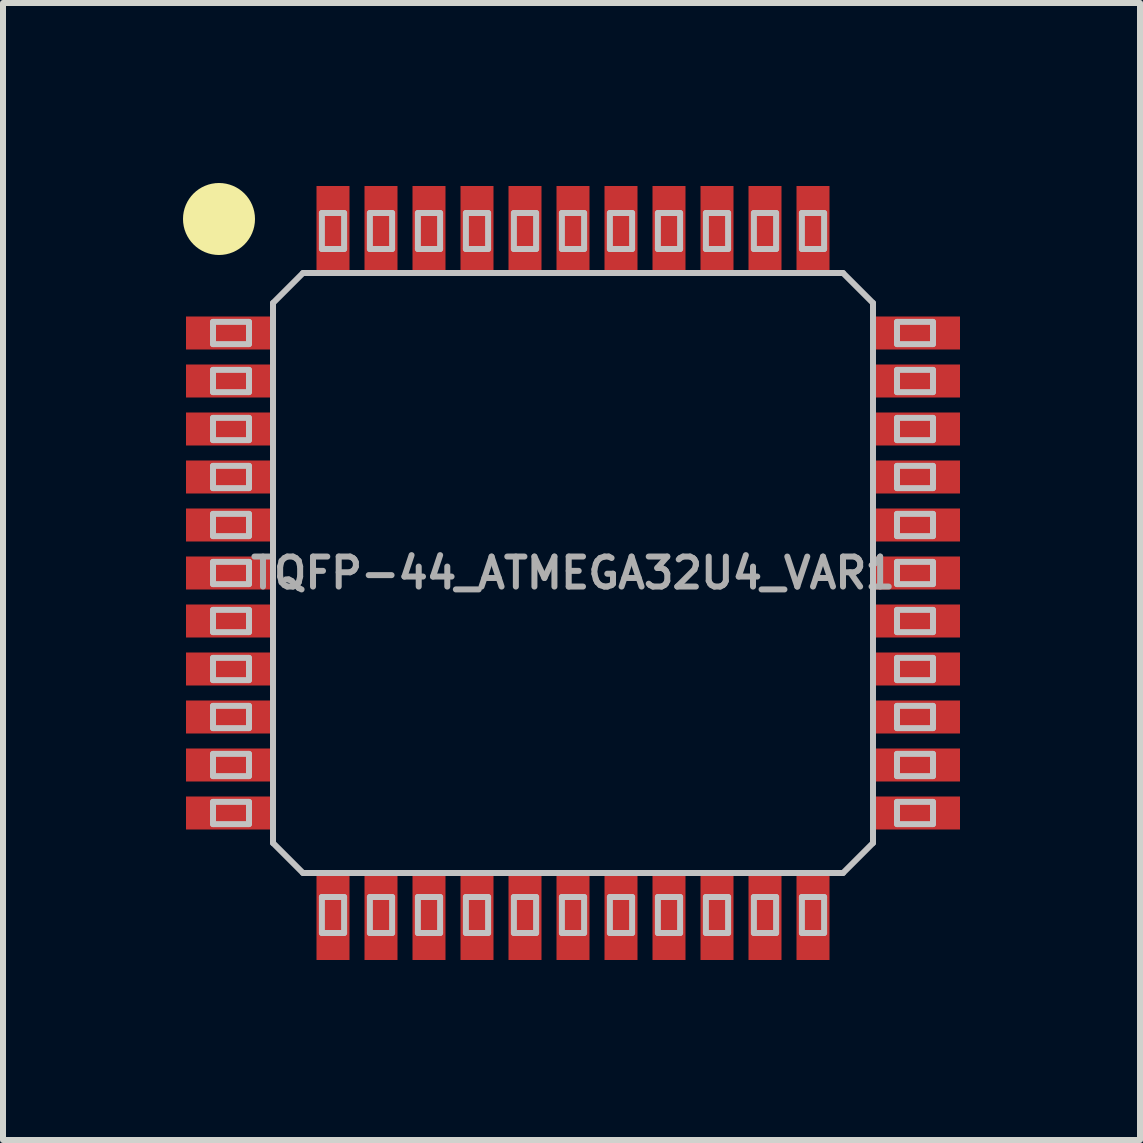
<source format=kicad_pcb>
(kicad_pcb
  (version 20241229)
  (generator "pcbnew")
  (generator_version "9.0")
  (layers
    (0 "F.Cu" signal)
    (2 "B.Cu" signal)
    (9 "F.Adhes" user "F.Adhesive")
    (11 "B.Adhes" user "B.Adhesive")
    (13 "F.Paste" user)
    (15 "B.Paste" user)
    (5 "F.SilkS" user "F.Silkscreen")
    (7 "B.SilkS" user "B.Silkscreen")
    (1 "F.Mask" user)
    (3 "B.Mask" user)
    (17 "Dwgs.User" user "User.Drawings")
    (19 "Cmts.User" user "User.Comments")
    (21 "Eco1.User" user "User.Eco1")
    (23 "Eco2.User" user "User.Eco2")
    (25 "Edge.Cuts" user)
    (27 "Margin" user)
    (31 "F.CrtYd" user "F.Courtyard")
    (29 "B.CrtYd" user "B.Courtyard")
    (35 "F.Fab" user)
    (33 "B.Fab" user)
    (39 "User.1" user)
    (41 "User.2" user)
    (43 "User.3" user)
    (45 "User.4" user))
  (footprint "TQFP-44_ATMEGA32U4_VAR1"
    (layer "F.Cu")
    (at 6.5 6.5)
    (property "Reference" "TQFP-44_ATMEGA32U4_VAR1" (at 0 0 0) (layer "F.Fab") (effects (font (size 0.5 0.5) (thickness 0.1))))
    (attr smd)
    (fp_circle (center -5.9 -5.9) (end -5.9 -5.6) (stroke (width 0.6) (type solid)) (fill no) (layer "F.SilkS"))
    (fp_line (start -6 -4.185) (end -5.4 -4.185) (stroke (width 0.1) (type solid)) (layer "Dwgs.User"))
    (fp_line (start -6 -3.815) (end -6 -4.185) (stroke (width 0.1) (type solid)) (layer "Dwgs.User"))
    (fp_line (start -6 -3.815) (end -5.4 -3.815) (stroke (width 0.1) (type solid)) (layer "Dwgs.User"))
    (fp_line (start -6 -3.385) (end -5.4 -3.385) (stroke (width 0.1) (type solid)) (layer "Dwgs.User"))
    (fp_line (start -6 -3.015) (end -6 -3.385) (stroke (width 0.1) (type solid)) (layer "Dwgs.User"))
    (fp_line (start -6 -3.015) (end -5.4 -3.015) (stroke (width 0.1) (type solid)) (layer "Dwgs.User"))
    (fp_line (start -6 -2.585) (end -5.4 -2.585) (stroke (width 0.1) (type solid)) (layer "Dwgs.User"))
    (fp_line (start -6 -2.215) (end -6 -2.585) (stroke (width 0.1) (type solid)) (layer "Dwgs.User"))
    (fp_line (start -6 -2.215) (end -5.4 -2.215) (stroke (width 0.1) (type solid)) (layer "Dwgs.User"))
    (fp_line (start -6 -1.785) (end -5.4 -1.785) (stroke (width 0.1) (type solid)) (layer "Dwgs.User"))
    (fp_line (start -6 -1.415) (end -6 -1.785) (stroke (width 0.1) (type solid)) (layer "Dwgs.User"))
    (fp_line (start -6 -1.415) (end -5.4 -1.415) (stroke (width 0.1) (type solid)) (layer "Dwgs.User"))
    (fp_line (start -6 -0.985) (end -5.4 -0.985) (stroke (width 0.1) (type solid)) (layer "Dwgs.User"))
    (fp_line (start -6 -0.615) (end -6 -0.985) (stroke (width 0.1) (type solid)) (layer "Dwgs.User"))
    (fp_line (start -6 -0.615) (end -5.4 -0.615) (stroke (width 0.1) (type solid)) (layer "Dwgs.User"))
    (fp_line (start -6 -0.185) (end -5.4 -0.185) (stroke (width 0.1) (type solid)) (layer "Dwgs.User"))
    (fp_line (start -6 0.185) (end -6 -0.185) (stroke (width 0.1) (type solid)) (layer "Dwgs.User"))
    (fp_line (start -6 0.185) (end -5.4 0.185) (stroke (width 0.1) (type solid)) (layer "Dwgs.User"))
    (fp_line (start -6 0.615) (end -5.4 0.615) (stroke (width 0.1) (type solid)) (layer "Dwgs.User"))
    (fp_line (start -6 0.985) (end -6 0.615) (stroke (width 0.1) (type solid)) (layer "Dwgs.User"))
    (fp_line (start -6 0.985) (end -5.4 0.985) (stroke (width 0.1) (type solid)) (layer "Dwgs.User"))
    (fp_line (start -6 1.415) (end -5.4 1.415) (stroke (width 0.1) (type solid)) (layer "Dwgs.User"))
    (fp_line (start -6 1.785) (end -6 1.415) (stroke (width 0.1) (type solid)) (layer "Dwgs.User"))
    (fp_line (start -6 1.785) (end -5.4 1.785) (stroke (width 0.1) (type solid)) (layer "Dwgs.User"))
    (fp_line (start -6 2.215) (end -5.4 2.215) (stroke (width 0.1) (type solid)) (layer "Dwgs.User"))
    (fp_line (start -6 2.585) (end -6 2.215) (stroke (width 0.1) (type solid)) (layer "Dwgs.User"))
    (fp_line (start -6 2.585) (end -5.4 2.585) (stroke (width 0.1) (type solid)) (layer "Dwgs.User"))
    (fp_line (start -6 3.015) (end -5.4 3.015) (stroke (width 0.1) (type solid)) (layer "Dwgs.User"))
    (fp_line (start -6 3.385) (end -6 3.015) (stroke (width 0.1) (type solid)) (layer "Dwgs.User"))
    (fp_line (start -6 3.385) (end -5.4 3.385) (stroke (width 0.1) (type solid)) (layer "Dwgs.User"))
    (fp_line (start -6 3.815) (end -5.4 3.815) (stroke (width 0.1) (type solid)) (layer "Dwgs.User"))
    (fp_line (start -6 4.185) (end -6 3.815) (stroke (width 0.1) (type solid)) (layer "Dwgs.User"))
    (fp_line (start -6 4.185) (end -5.4 4.185) (stroke (width 0.1) (type solid)) (layer "Dwgs.User"))
    (fp_line (start -5.4 -3.815) (end -5.4 -4.185) (stroke (width 0.1) (type solid)) (layer "Dwgs.User"))
    (fp_line (start -5.4 -3.015) (end -5.4 -3.385) (stroke (width 0.1) (type solid)) (layer "Dwgs.User"))
    (fp_line (start -5.4 -2.215) (end -5.4 -2.585) (stroke (width 0.1) (type solid)) (layer "Dwgs.User"))
    (fp_line (start -5.4 -1.415) (end -5.4 -1.785) (stroke (width 0.1) (type solid)) (layer "Dwgs.User"))
    (fp_line (start -5.4 -0.615) (end -5.4 -0.985) (stroke (width 0.1) (type solid)) (layer "Dwgs.User"))
    (fp_line (start -5.4 0.185) (end -5.4 -0.185) (stroke (width 0.1) (type solid)) (layer "Dwgs.User"))
    (fp_line (start -5.4 0.985) (end -5.4 0.615) (stroke (width 0.1) (type solid)) (layer "Dwgs.User"))
    (fp_line (start -5.4 1.785) (end -5.4 1.415) (stroke (width 0.1) (type solid)) (layer "Dwgs.User"))
    (fp_line (start -5.4 2.585) (end -5.4 2.215) (stroke (width 0.1) (type solid)) (layer "Dwgs.User"))
    (fp_line (start -5.4 3.385) (end -5.4 3.015) (stroke (width 0.1) (type solid)) (layer "Dwgs.User"))
    (fp_line (start -5.4 4.185) (end -5.4 3.815) (stroke (width 0.1) (type solid)) (layer "Dwgs.User"))
    (fp_line (start -5 -4.5) (end -5 4.5) (stroke (width 0.1) (type solid)) (layer "Dwgs.User"))
    (fp_line (start -5 -4.5) (end -4.5 -5) (stroke (width 0.1) (type solid)) (layer "Dwgs.User"))
    (fp_line (start -5 4.5) (end -4.5 5) (stroke (width 0.1) (type solid)) (layer "Dwgs.User"))
    (fp_line (start -4.5 -5) (end 4.5 -5) (stroke (width 0.1) (type solid)) (layer "Dwgs.User"))
    (fp_line (start -4.5 5) (end 4.5 5) (stroke (width 0.1) (type solid)) (layer "Dwgs.User"))
    (fp_line (start -4.185 -6) (end -4.185 -5.4) (stroke (width 0.1) (type solid)) (layer "Dwgs.User"))
    (fp_line (start -4.185 -6) (end -3.815 -6) (stroke (width 0.1) (type solid)) (layer "Dwgs.User"))
    (fp_line (start -4.185 -5.4) (end -3.815 -5.4) (stroke (width 0.1) (type solid)) (layer "Dwgs.User"))
    (fp_line (start -4.185 5.4) (end -4.185 6) (stroke (width 0.1) (type solid)) (layer "Dwgs.User"))
    (fp_line (start -4.185 5.4) (end -3.815 5.4) (stroke (width 0.1) (type solid)) (layer "Dwgs.User"))
    (fp_line (start -4.185 6) (end -3.815 6) (stroke (width 0.1) (type solid)) (layer "Dwgs.User"))
    (fp_line (start -3.815 -6) (end -3.815 -5.4) (stroke (width 0.1) (type solid)) (layer "Dwgs.User"))
    (fp_line (start -3.815 5.4) (end -3.815 6) (stroke (width 0.1) (type solid)) (layer "Dwgs.User"))
    (fp_line (start -3.385 -6) (end -3.385 -5.4) (stroke (width 0.1) (type solid)) (layer "Dwgs.User"))
    (fp_line (start -3.385 -6) (end -3.015 -6) (stroke (width 0.1) (type solid)) (layer "Dwgs.User"))
    (fp_line (start -3.385 -5.4) (end -3.015 -5.4) (stroke (width 0.1) (type solid)) (layer "Dwgs.User"))
    (fp_line (start -3.385 5.4) (end -3.385 6) (stroke (width 0.1) (type solid)) (layer "Dwgs.User"))
    (fp_line (start -3.385 5.4) (end -3.015 5.4) (stroke (width 0.1) (type solid)) (layer "Dwgs.User"))
    (fp_line (start -3.385 6) (end -3.015 6) (stroke (width 0.1) (type solid)) (layer "Dwgs.User"))
    (fp_line (start -3.015 -6) (end -3.015 -5.4) (stroke (width 0.1) (type solid)) (layer "Dwgs.User"))
    (fp_line (start -3.015 5.4) (end -3.015 6) (stroke (width 0.1) (type solid)) (layer "Dwgs.User"))
    (fp_line (start -2.585 -6) (end -2.585 -5.4) (stroke (width 0.1) (type solid)) (layer "Dwgs.User"))
    (fp_line (start -2.585 -6) (end -2.215 -6) (stroke (width 0.1) (type solid)) (layer "Dwgs.User"))
    (fp_line (start -2.585 -5.4) (end -2.215 -5.4) (stroke (width 0.1) (type solid)) (layer "Dwgs.User"))
    (fp_line (start -2.585 5.4) (end -2.585 6) (stroke (width 0.1) (type solid)) (layer "Dwgs.User"))
    (fp_line (start -2.585 5.4) (end -2.215 5.4) (stroke (width 0.1) (type solid)) (layer "Dwgs.User"))
    (fp_line (start -2.585 6) (end -2.215 6) (stroke (width 0.1) (type solid)) (layer "Dwgs.User"))
    (fp_line (start -2.215 -6) (end -2.215 -5.4) (stroke (width 0.1) (type solid)) (layer "Dwgs.User"))
    (fp_line (start -2.215 5.4) (end -2.215 6) (stroke (width 0.1) (type solid)) (layer "Dwgs.User"))
    (fp_line (start -1.785 -6) (end -1.785 -5.4) (stroke (width 0.1) (type solid)) (layer "Dwgs.User"))
    (fp_line (start -1.785 -6) (end -1.415 -6) (stroke (width 0.1) (type solid)) (layer "Dwgs.User"))
    (fp_line (start -1.785 -5.4) (end -1.415 -5.4) (stroke (width 0.1) (type solid)) (layer "Dwgs.User"))
    (fp_line (start -1.785 5.4) (end -1.785 6) (stroke (width 0.1) (type solid)) (layer "Dwgs.User"))
    (fp_line (start -1.785 5.4) (end -1.415 5.4) (stroke (width 0.1) (type solid)) (layer "Dwgs.User"))
    (fp_line (start -1.785 6) (end -1.415 6) (stroke (width 0.1) (type solid)) (layer "Dwgs.User"))
    (fp_line (start -1.415 -6) (end -1.415 -5.4) (stroke (width 0.1) (type solid)) (layer "Dwgs.User"))
    (fp_line (start -1.415 5.4) (end -1.415 6) (stroke (width 0.1) (type solid)) (layer "Dwgs.User"))
    (fp_line (start -0.985 -6) (end -0.985 -5.4) (stroke (width 0.1) (type solid)) (layer "Dwgs.User"))
    (fp_line (start -0.985 -6) (end -0.615 -6) (stroke (width 0.1) (type solid)) (layer "Dwgs.User"))
    (fp_line (start -0.985 -5.4) (end -0.615 -5.4) (stroke (width 0.1) (type solid)) (layer "Dwgs.User"))
    (fp_line (start -0.985 5.4) (end -0.985 6) (stroke (width 0.1) (type solid)) (layer "Dwgs.User"))
    (fp_line (start -0.985 5.4) (end -0.615 5.4) (stroke (width 0.1) (type solid)) (layer "Dwgs.User"))
    (fp_line (start -0.985 6) (end -0.615 6) (stroke (width 0.1) (type solid)) (layer "Dwgs.User"))
    (fp_line (start -0.615 -6) (end -0.615 -5.4) (stroke (width 0.1) (type solid)) (layer "Dwgs.User"))
    (fp_line (start -0.615 5.4) (end -0.615 6) (stroke (width 0.1) (type solid)) (layer "Dwgs.User"))
    (fp_line (start -0.185 -6) (end -0.185 -5.4) (stroke (width 0.1) (type solid)) (layer "Dwgs.User"))
    (fp_line (start -0.185 -6) (end 0.185 -6) (stroke (width 0.1) (type solid)) (layer "Dwgs.User"))
    (fp_line (start -0.185 -5.4) (end 0.185 -5.4) (stroke (width 0.1) (type solid)) (layer "Dwgs.User"))
    (fp_line (start -0.185 5.4) (end -0.185 6) (stroke (width 0.1) (type solid)) (layer "Dwgs.User"))
    (fp_line (start -0.185 5.4) (end 0.185 5.4) (stroke (width 0.1) (type solid)) (layer "Dwgs.User"))
    (fp_line (start -0.185 6) (end 0.185 6) (stroke (width 0.1) (type solid)) (layer "Dwgs.User"))
    (fp_line (start 0.185 -6) (end 0.185 -5.4) (stroke (width 0.1) (type solid)) (layer "Dwgs.User"))
    (fp_line (start 0.185 5.4) (end 0.185 6) (stroke (width 0.1) (type solid)) (layer "Dwgs.User"))
    (fp_line (start 0.615 -6) (end 0.615 -5.4) (stroke (width 0.1) (type solid)) (layer "Dwgs.User"))
    (fp_line (start 0.615 -6) (end 0.985 -6) (stroke (width 0.1) (type solid)) (layer "Dwgs.User"))
    (fp_line (start 0.615 -5.4) (end 0.985 -5.4) (stroke (width 0.1) (type solid)) (layer "Dwgs.User"))
    (fp_line (start 0.615 5.4) (end 0.615 6) (stroke (width 0.1) (type solid)) (layer "Dwgs.User"))
    (fp_line (start 0.615 5.4) (end 0.985 5.4) (stroke (width 0.1) (type solid)) (layer "Dwgs.User"))
    (fp_line (start 0.615 6) (end 0.985 6) (stroke (width 0.1) (type solid)) (layer "Dwgs.User"))
    (fp_line (start 0.985 -6) (end 0.985 -5.4) (stroke (width 0.1) (type solid)) (layer "Dwgs.User"))
    (fp_line (start 0.985 5.4) (end 0.985 6) (stroke (width 0.1) (type solid)) (layer "Dwgs.User"))
    (fp_line (start 1.415 -6) (end 1.415 -5.4) (stroke (width 0.1) (type solid)) (layer "Dwgs.User"))
    (fp_line (start 1.415 -6) (end 1.785 -6) (stroke (width 0.1) (type solid)) (layer "Dwgs.User"))
    (fp_line (start 1.415 -5.4) (end 1.785 -5.4) (stroke (width 0.1) (type solid)) (layer "Dwgs.User"))
    (fp_line (start 1.415 5.4) (end 1.415 6) (stroke (width 0.1) (type solid)) (layer "Dwgs.User"))
    (fp_line (start 1.415 5.4) (end 1.785 5.4) (stroke (width 0.1) (type solid)) (layer "Dwgs.User"))
    (fp_line (start 1.415 6) (end 1.785 6) (stroke (width 0.1) (type solid)) (layer "Dwgs.User"))
    (fp_line (start 1.785 -6) (end 1.785 -5.4) (stroke (width 0.1) (type solid)) (layer "Dwgs.User"))
    (fp_line (start 1.785 5.4) (end 1.785 6) (stroke (width 0.1) (type solid)) (layer "Dwgs.User"))
    (fp_line (start 2.215 -6) (end 2.215 -5.4) (stroke (width 0.1) (type solid)) (layer "Dwgs.User"))
    (fp_line (start 2.215 -6) (end 2.585 -6) (stroke (width 0.1) (type solid)) (layer "Dwgs.User"))
    (fp_line (start 2.215 -5.4) (end 2.585 -5.4) (stroke (width 0.1) (type solid)) (layer "Dwgs.User"))
    (fp_line (start 2.215 5.4) (end 2.215 6) (stroke (width 0.1) (type solid)) (layer "Dwgs.User"))
    (fp_line (start 2.215 5.4) (end 2.585 5.4) (stroke (width 0.1) (type solid)) (layer "Dwgs.User"))
    (fp_line (start 2.215 6) (end 2.585 6) (stroke (width 0.1) (type solid)) (layer "Dwgs.User"))
    (fp_line (start 2.585 -6) (end 2.585 -5.4) (stroke (width 0.1) (type solid)) (layer "Dwgs.User"))
    (fp_line (start 2.585 5.4) (end 2.585 6) (stroke (width 0.1) (type solid)) (layer "Dwgs.User"))
    (fp_line (start 3.015 -6) (end 3.015 -5.4) (stroke (width 0.1) (type solid)) (layer "Dwgs.User"))
    (fp_line (start 3.015 -6) (end 3.385 -6) (stroke (width 0.1) (type solid)) (layer "Dwgs.User"))
    (fp_line (start 3.015 -5.4) (end 3.385 -5.4) (stroke (width 0.1) (type solid)) (layer "Dwgs.User"))
    (fp_line (start 3.015 5.4) (end 3.015 6) (stroke (width 0.1) (type solid)) (layer "Dwgs.User"))
    (fp_line (start 3.015 5.4) (end 3.385 5.4) (stroke (width 0.1) (type solid)) (layer "Dwgs.User"))
    (fp_line (start 3.015 6) (end 3.385 6) (stroke (width 0.1) (type solid)) (layer "Dwgs.User"))
    (fp_line (start 3.385 -6) (end 3.385 -5.4) (stroke (width 0.1) (type solid)) (layer "Dwgs.User"))
    (fp_line (start 3.385 5.4) (end 3.385 6) (stroke (width 0.1) (type solid)) (layer "Dwgs.User"))
    (fp_line (start 3.815 -6) (end 3.815 -5.4) (stroke (width 0.1) (type solid)) (layer "Dwgs.User"))
    (fp_line (start 3.815 -6) (end 4.185 -6) (stroke (width 0.1) (type solid)) (layer "Dwgs.User"))
    (fp_line (start 3.815 -5.4) (end 4.185 -5.4) (stroke (width 0.1) (type solid)) (layer "Dwgs.User"))
    (fp_line (start 3.815 5.4) (end 3.815 6) (stroke (width 0.1) (type solid)) (layer "Dwgs.User"))
    (fp_line (start 3.815 5.4) (end 4.185 5.4) (stroke (width 0.1) (type solid)) (layer "Dwgs.User"))
    (fp_line (start 3.815 6) (end 4.185 6) (stroke (width 0.1) (type solid)) (layer "Dwgs.User"))
    (fp_line (start 4.185 -6) (end 4.185 -5.4) (stroke (width 0.1) (type solid)) (layer "Dwgs.User"))
    (fp_line (start 4.185 5.4) (end 4.185 6) (stroke (width 0.1) (type solid)) (layer "Dwgs.User"))
    (fp_line (start 5 -4.5) (end 4.5 -5) (stroke (width 0.1) (type solid)) (layer "Dwgs.User"))
    (fp_line (start 5 -4.5) (end 5 4.5) (stroke (width 0.1) (type solid)) (layer "Dwgs.User"))
    (fp_line (start 5 4.5) (end 4.5 5) (stroke (width 0.1) (type solid)) (layer "Dwgs.User"))
    (fp_line (start 5.4 -4.185) (end 6 -4.185) (stroke (width 0.1) (type solid)) (layer "Dwgs.User"))
    (fp_line (start 5.4 -3.815) (end 5.4 -4.185) (stroke (width 0.1) (type solid)) (layer "Dwgs.User"))
    (fp_line (start 5.4 -3.815) (end 6 -3.815) (stroke (width 0.1) (type solid)) (layer "Dwgs.User"))
    (fp_line (start 5.4 -3.385) (end 6 -3.385) (stroke (width 0.1) (type solid)) (layer "Dwgs.User"))
    (fp_line (start 5.4 -3.015) (end 5.4 -3.385) (stroke (width 0.1) (type solid)) (layer "Dwgs.User"))
    (fp_line (start 5.4 -3.015) (end 6 -3.015) (stroke (width 0.1) (type solid)) (layer "Dwgs.User"))
    (fp_line (start 5.4 -2.585) (end 6 -2.585) (stroke (width 0.1) (type solid)) (layer "Dwgs.User"))
    (fp_line (start 5.4 -2.215) (end 5.4 -2.585) (stroke (width 0.1) (type solid)) (layer "Dwgs.User"))
    (fp_line (start 5.4 -2.215) (end 6 -2.215) (stroke (width 0.1) (type solid)) (layer "Dwgs.User"))
    (fp_line (start 5.4 -1.785) (end 6 -1.785) (stroke (width 0.1) (type solid)) (layer "Dwgs.User"))
    (fp_line (start 5.4 -1.415) (end 5.4 -1.785) (stroke (width 0.1) (type solid)) (layer "Dwgs.User"))
    (fp_line (start 5.4 -1.415) (end 6 -1.415) (stroke (width 0.1) (type solid)) (layer "Dwgs.User"))
    (fp_line (start 5.4 -0.985) (end 6 -0.985) (stroke (width 0.1) (type solid)) (layer "Dwgs.User"))
    (fp_line (start 5.4 -0.615) (end 5.4 -0.985) (stroke (width 0.1) (type solid)) (layer "Dwgs.User"))
    (fp_line (start 5.4 -0.615) (end 6 -0.615) (stroke (width 0.1) (type solid)) (layer "Dwgs.User"))
    (fp_line (start 5.4 -0.185) (end 6 -0.185) (stroke (width 0.1) (type solid)) (layer "Dwgs.User"))
    (fp_line (start 5.4 0.185) (end 5.4 -0.185) (stroke (width 0.1) (type solid)) (layer "Dwgs.User"))
    (fp_line (start 5.4 0.185) (end 6 0.185) (stroke (width 0.1) (type solid)) (layer "Dwgs.User"))
    (fp_line (start 5.4 0.615) (end 6 0.615) (stroke (width 0.1) (type solid)) (layer "Dwgs.User"))
    (fp_line (start 5.4 0.985) (end 5.4 0.615) (stroke (width 0.1) (type solid)) (layer "Dwgs.User"))
    (fp_line (start 5.4 0.985) (end 6 0.985) (stroke (width 0.1) (type solid)) (layer "Dwgs.User"))
    (fp_line (start 5.4 1.415) (end 6 1.415) (stroke (width 0.1) (type solid)) (layer "Dwgs.User"))
    (fp_line (start 5.4 1.785) (end 5.4 1.415) (stroke (width 0.1) (type solid)) (layer "Dwgs.User"))
    (fp_line (start 5.4 1.785) (end 6 1.785) (stroke (width 0.1) (type solid)) (layer "Dwgs.User"))
    (fp_line (start 5.4 2.215) (end 6 2.215) (stroke (width 0.1) (type solid)) (layer "Dwgs.User"))
    (fp_line (start 5.4 2.585) (end 5.4 2.215) (stroke (width 0.1) (type solid)) (layer "Dwgs.User"))
    (fp_line (start 5.4 2.585) (end 6 2.585) (stroke (width 0.1) (type solid)) (layer "Dwgs.User"))
    (fp_line (start 5.4 3.015) (end 6 3.015) (stroke (width 0.1) (type solid)) (layer "Dwgs.User"))
    (fp_line (start 5.4 3.385) (end 5.4 3.015) (stroke (width 0.1) (type solid)) (layer "Dwgs.User"))
    (fp_line (start 5.4 3.385) (end 6 3.385) (stroke (width 0.1) (type solid)) (layer "Dwgs.User"))
    (fp_line (start 5.4 3.815) (end 6 3.815) (stroke (width 0.1) (type solid)) (layer "Dwgs.User"))
    (fp_line (start 5.4 4.185) (end 5.4 3.815) (stroke (width 0.1) (type solid)) (layer "Dwgs.User"))
    (fp_line (start 5.4 4.185) (end 6 4.185) (stroke (width 0.1) (type solid)) (layer "Dwgs.User"))
    (fp_line (start 6 -3.815) (end 6 -4.185) (stroke (width 0.1) (type solid)) (layer "Dwgs.User"))
    (fp_line (start 6 -3.015) (end 6 -3.385) (stroke (width 0.1) (type solid)) (layer "Dwgs.User"))
    (fp_line (start 6 -2.215) (end 6 -2.585) (stroke (width 0.1) (type solid)) (layer "Dwgs.User"))
    (fp_line (start 6 -1.415) (end 6 -1.785) (stroke (width 0.1) (type solid)) (layer "Dwgs.User"))
    (fp_line (start 6 -0.615) (end 6 -0.985) (stroke (width 0.1) (type solid)) (layer "Dwgs.User"))
    (fp_line (start 6 0.185) (end 6 -0.185) (stroke (width 0.1) (type solid)) (layer "Dwgs.User"))
    (fp_line (start 6 0.985) (end 6 0.615) (stroke (width 0.1) (type solid)) (layer "Dwgs.User"))
    (fp_line (start 6 1.785) (end 6 1.415) (stroke (width 0.1) (type solid)) (layer "Dwgs.User"))
    (fp_line (start 6 2.585) (end 6 2.215) (stroke (width 0.1) (type solid)) (layer "Dwgs.User"))
    (fp_line (start 6 3.385) (end 6 3.015) (stroke (width 0.1) (type solid)) (layer "Dwgs.User"))
    (fp_line (start 6 4.185) (end 6 3.815) (stroke (width 0.1) (type solid)) (layer "Dwgs.User"))
    (pad "1" smd rect (at -5.7 -4) (size 1.5 0.55) (layers "F.Cu" "F.Mask" "F.Paste"))
    (pad "2" smd rect (at -5.7 -3.2) (size 1.5 0.55) (layers "F.Cu" "F.Mask" "F.Paste"))
    (pad "3" smd rect (at -5.7 -2.4) (size 1.5 0.55) (layers "F.Cu" "F.Mask" "F.Paste"))
    (pad "4" smd rect (at -5.7 -1.6) (size 1.5 0.55) (layers "F.Cu" "F.Mask" "F.Paste"))
    (pad "5" smd rect (at -5.7 -0.8) (size 1.5 0.55) (layers "F.Cu" "F.Mask" "F.Paste"))
    (pad "6" smd rect (at -5.7 0) (size 1.5 0.55) (layers "F.Cu" "F.Mask" "F.Paste"))
    (pad "7" smd rect (at -5.7 0.8) (size 1.5 0.55) (layers "F.Cu" "F.Mask" "F.Paste"))
    (pad "8" smd rect (at -5.7 1.6) (size 1.5 0.55) (layers "F.Cu" "F.Mask" "F.Paste"))
    (pad "9" smd rect (at -5.7 2.4) (size 1.5 0.55) (layers "F.Cu" "F.Mask" "F.Paste"))
    (pad "10" smd rect (at -5.7 3.2) (size 1.5 0.55) (layers "F.Cu" "F.Mask" "F.Paste"))
    (pad "11" smd rect (at -5.7 4) (size 1.5 0.55) (layers "F.Cu" "F.Mask" "F.Paste"))
    (pad "12" smd rect (at -4 5.7 90) (size 1.5 0.55) (layers "F.Cu" "F.Mask" "F.Paste"))
    (pad "13" smd rect (at -3.2 5.7 90) (size 1.5 0.55) (layers "F.Cu" "F.Mask" "F.Paste"))
    (pad "14" smd rect (at -2.4 5.7 90) (size 1.5 0.55) (layers "F.Cu" "F.Mask" "F.Paste"))
    (pad "15" smd rect (at -1.6 5.7 90) (size 1.5 0.55) (layers "F.Cu" "F.Mask" "F.Paste"))
    (pad "16" smd rect (at -0.8 5.7 90) (size 1.5 0.55) (layers "F.Cu" "F.Mask" "F.Paste"))
    (pad "17" smd rect (at 0 5.7 90) (size 1.5 0.55) (layers "F.Cu" "F.Mask" "F.Paste"))
    (pad "18" smd rect (at 0.8 5.7 90) (size 1.5 0.55) (layers "F.Cu" "F.Mask" "F.Paste"))
    (pad "19" smd rect (at 1.6 5.7 90) (size 1.5 0.55) (layers "F.Cu" "F.Mask" "F.Paste"))
    (pad "20" smd rect (at 2.4 5.7 90) (size 1.5 0.55) (layers "F.Cu" "F.Mask" "F.Paste"))
    (pad "21" smd rect (at 3.2 5.7 90) (size 1.5 0.55) (layers "F.Cu" "F.Mask" "F.Paste"))
    (pad "22" smd rect (at 4 5.7 90) (size 1.5 0.55) (layers "F.Cu" "F.Mask" "F.Paste"))
    (pad "23" smd rect (at 5.7 4) (size 1.5 0.55) (layers "F.Cu" "F.Mask" "F.Paste"))
    (pad "24" smd rect (at 5.7 3.2) (size 1.5 0.55) (layers "F.Cu" "F.Mask" "F.Paste"))
    (pad "25" smd rect (at 5.7 2.4) (size 1.5 0.55) (layers "F.Cu" "F.Mask" "F.Paste"))
    (pad "26" smd rect (at 5.7 1.6) (size 1.5 0.55) (layers "F.Cu" "F.Mask" "F.Paste"))
    (pad "27" smd rect (at 5.7 0.8) (size 1.5 0.55) (layers "F.Cu" "F.Mask" "F.Paste"))
    (pad "28" smd rect (at 5.7 0) (size 1.5 0.55) (layers "F.Cu" "F.Mask" "F.Paste"))
    (pad "29" smd rect (at 5.7 -0.8) (size 1.5 0.55) (layers "F.Cu" "F.Mask" "F.Paste"))
    (pad "30" smd rect (at 5.7 -1.6) (size 1.5 0.55) (layers "F.Cu" "F.Mask" "F.Paste"))
    (pad "31" smd rect (at 5.7 -2.4) (size 1.5 0.55) (layers "F.Cu" "F.Mask" "F.Paste"))
    (pad "32" smd rect (at 5.7 -3.2) (size 1.5 0.55) (layers "F.Cu" "F.Mask" "F.Paste"))
    (pad "33" smd rect (at 5.7 -4) (size 1.5 0.55) (layers "F.Cu" "F.Mask" "F.Paste"))
    (pad "34" smd rect (at 4 -5.7 90) (size 1.5 0.55) (layers "F.Cu" "F.Mask" "F.Paste"))
    (pad "35" smd rect (at 3.2 -5.7 90) (size 1.5 0.55) (layers "F.Cu" "F.Mask" "F.Paste"))
    (pad "36" smd rect (at 2.4 -5.7 90) (size 1.5 0.55) (layers "F.Cu" "F.Mask" "F.Paste"))
    (pad "37" smd rect (at 1.6 -5.7 90) (size 1.5 0.55) (layers "F.Cu" "F.Mask" "F.Paste"))
    (pad "38" smd rect (at 0.8 -5.7 90) (size 1.5 0.55) (layers "F.Cu" "F.Mask" "F.Paste"))
    (pad "39" smd rect (at 0 -5.7 90) (size 1.5 0.55) (layers "F.Cu" "F.Mask" "F.Paste"))
    (pad "40" smd rect (at -0.8 -5.7 90) (size 1.5 0.55) (layers "F.Cu" "F.Mask" "F.Paste"))
    (pad "41" smd rect (at -1.6 -5.7 90) (size 1.5 0.55) (layers "F.Cu" "F.Mask" "F.Paste"))
    (pad "42" smd rect (at -2.4 -5.7 90) (size 1.5 0.55) (layers "F.Cu" "F.Mask" "F.Paste"))
    (pad "43" smd rect (at -3.2 -5.7 90) (size 1.5 0.55) (layers "F.Cu" "F.Mask" "F.Paste"))
    (pad "44" smd rect (at -4 -5.7 90) (size 1.5 0.55) (layers "F.Cu" "F.Mask" "F.Paste")))
  (gr_rect
    (start -3 -3)
    (end 15.95 15.95)
    (stroke (width 0.1) (type default))
    (fill no)
    (layer "Edge.Cuts")))
</source>
